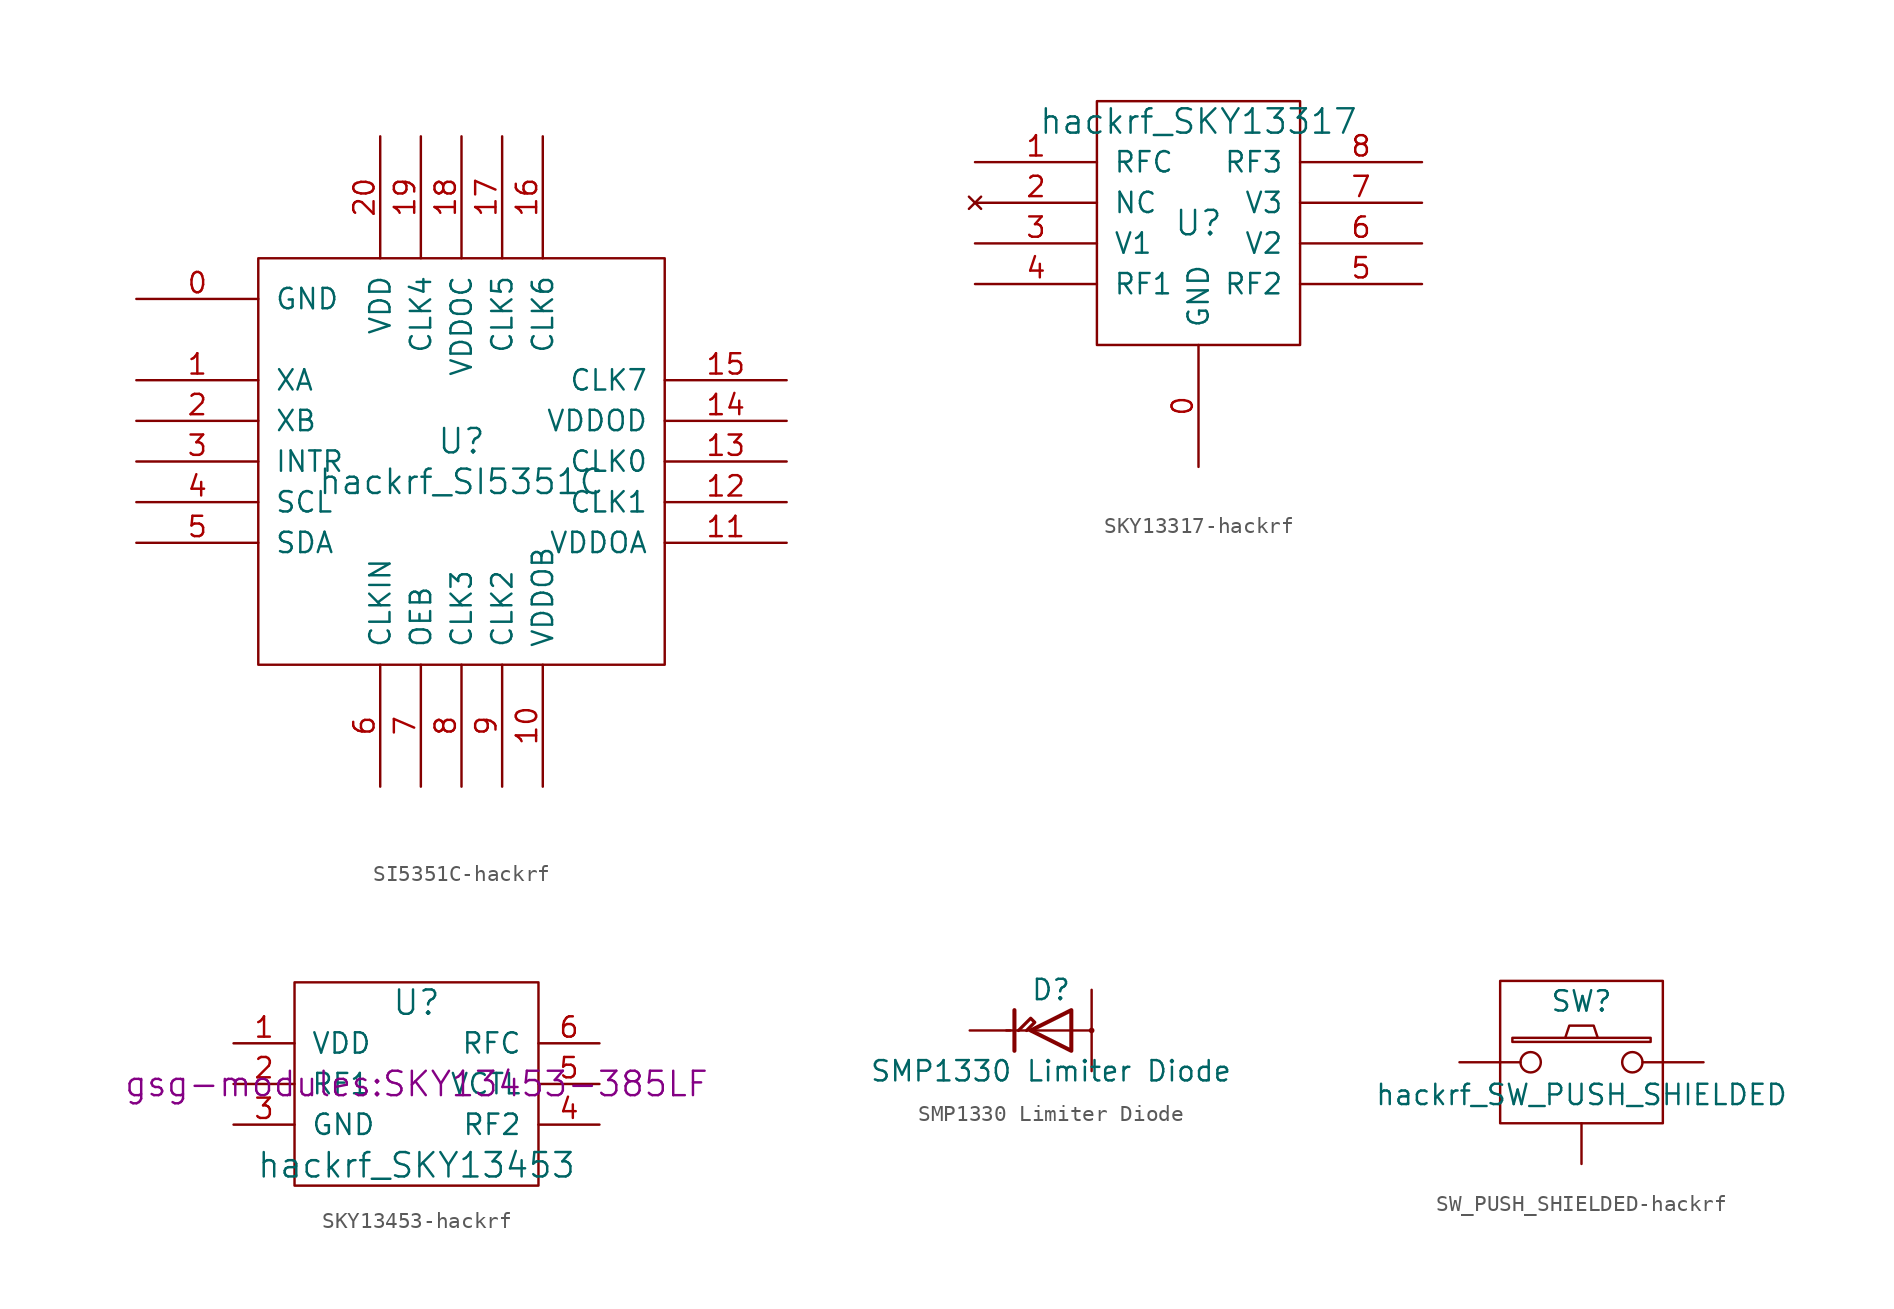
<source format=kicad_sym>
(kicad_symbol_lib
  (version 20231120)
  (generator "kicad_symbol_editor")
  (generator_version "8.0")
  (symbol "SI5351C-hackrf"
    (pin_names
      (offset 1.016))
    (property "Reference" "U"
      (at 0 1.27 0)
      (effects (font (size 1.524 1.524))))
    (property "Value" "hackrf_SI5351C"
      (at 0 -1.27 0)
      (effects (font (size 1.524 1.524))))
    (property "Footprint" ""
      (at 0 0 0)
      (effects (font (size 1.524 1.524))))
    (property "Datasheet" ""
      (at 0 0 0)
      (effects (font (size 1.524 1.524))))
    (symbol "SI5351C-hackrf_0_1"
      (rectangle (start -12.7 12.7) (end 12.7 -12.7) (stroke (width 0) (type solid)) (fill (type none))))
    (symbol "SI5351C-hackrf_1_1"
      (pin power_in line (at -20.32 10.16 0) (length 7.62) (name "GND" (effects (font (size 1.27 1.27)))) (number "0" (effects (font (size 1.27 1.27)))))
      (pin input line (at -20.32 5.08 0) (length 7.62) (name "XA" (effects (font (size 1.27 1.27)))) (number "1" (effects (font (size 1.27 1.27)))))
      (pin power_in line (at 5.08 -20.32 90) (length 7.62) (name "VDDOB" (effects (font (size 1.27 1.27)))) (number "10" (effects (font (size 1.27 1.27)))))
      (pin power_in line (at 20.32 -5.08 180) (length 7.62) (name "VDDOA" (effects (font (size 1.27 1.27)))) (number "11" (effects (font (size 1.27 1.27)))))
      (pin output line (at 20.32 -2.54 180) (length 7.62) (name "CLK1" (effects (font (size 1.27 1.27)))) (number "12" (effects (font (size 1.27 1.27)))))
      (pin output line (at 20.32 0 180) (length 7.62) (name "CLK0" (effects (font (size 1.27 1.27)))) (number "13" (effects (font (size 1.27 1.27)))))
      (pin power_in line (at 20.32 2.54 180) (length 7.62) (name "VDDOD" (effects (font (size 1.27 1.27)))) (number "14" (effects (font (size 1.27 1.27)))))
      (pin output line (at 20.32 5.08 180) (length 7.62) (name "CLK7" (effects (font (size 1.27 1.27)))) (number "15" (effects (font (size 1.27 1.27)))))
      (pin output line (at 5.08 20.32 270) (length 7.62) (name "CLK6" (effects (font (size 1.27 1.27)))) (number "16" (effects (font (size 1.27 1.27)))))
      (pin output line (at 2.54 20.32 270) (length 7.62) (name "CLK5" (effects (font (size 1.27 1.27)))) (number "17" (effects (font (size 1.27 1.27)))))
      (pin power_in line (at 0 20.32 270) (length 7.62) (name "VDDOC" (effects (font (size 1.27 1.27)))) (number "18" (effects (font (size 1.27 1.27)))))
      (pin output line (at -2.54 20.32 270) (length 7.62) (name "CLK4" (effects (font (size 1.27 1.27)))) (number "19" (effects (font (size 1.27 1.27)))))
      (pin input line (at -20.32 2.54 0) (length 7.62) (name "XB" (effects (font (size 1.27 1.27)))) (number "2" (effects (font (size 1.27 1.27)))))
      (pin power_in line (at -5.08 20.32 270) (length 7.62) (name "VDD" (effects (font (size 1.27 1.27)))) (number "20" (effects (font (size 1.27 1.27)))))
      (pin output line (at -20.32 0 0) (length 7.62) (name "INTR" (effects (font (size 1.27 1.27)))) (number "3" (effects (font (size 1.27 1.27)))))
      (pin input line (at -20.32 -2.54 0) (length 7.62) (name "SCL" (effects (font (size 1.27 1.27)))) (number "4" (effects (font (size 1.27 1.27)))))
      (pin bidirectional line (at -20.32 -5.08 0) (length 7.62) (name "SDA" (effects (font (size 1.27 1.27)))) (number "5" (effects (font (size 1.27 1.27)))))
      (pin input line (at -5.08 -20.32 90) (length 7.62) (name "CLKIN" (effects (font (size 1.27 1.27)))) (number "6" (effects (font (size 1.27 1.27)))))
      (pin input line (at -2.54 -20.32 90) (length 7.62) (name "OEB" (effects (font (size 1.27 1.27)))) (number "7" (effects (font (size 1.27 1.27)))))
      (pin output line (at 0 -20.32 90) (length 7.62) (name "CLK3" (effects (font (size 1.27 1.27)))) (number "8" (effects (font (size 1.27 1.27)))))
      (pin output line (at 2.54 -20.32 90) (length 7.62) (name "CLK2" (effects (font (size 1.27 1.27)))) (number "9" (effects (font (size 1.27 1.27)))))))
  (symbol "SKY13317-hackrf"
    (pin_names
      (offset 1.016))
    (property "Reference" "U"
      (at 0 0 0)
      (effects (font (size 1.524 1.524))))
    (property "Value" "hackrf_SKY13317"
      (at 0 6.35 0)
      (effects (font (size 1.524 1.524))))
    (property "Footprint" ""
      (at 0 0 0)
      (effects (font (size 1.524 1.524))))
    (property "Datasheet" ""
      (at 0 0 0)
      (effects (font (size 1.524 1.524))))
    (symbol "SKY13317-hackrf_0_1"
      (rectangle (start -6.35 7.62) (end 6.35 -7.62) (stroke (width 0) (type solid)) (fill (type none))))
    (symbol "SKY13317-hackrf_1_1"
      (pin power_in line (at 0 -15.24 90) (length 7.62) (name "GND" (effects (font (size 1.27 1.27)))) (number "0" (effects (font (size 1.27 1.27)))))
      (pin bidirectional line (at -13.97 3.81 0) (length 7.62) (name "RFC" (effects (font (size 1.27 1.27)))) (number "1" (effects (font (size 1.27 1.27)))))
      (pin no_connect line (at -13.97 1.27 0) (length 7.62) (name "NC" (effects (font (size 1.27 1.27)))) (number "2" (effects (font (size 1.27 1.27)))))
      (pin input line (at -13.97 -1.27 0) (length 7.62) (name "V1" (effects (font (size 1.27 1.27)))) (number "3" (effects (font (size 1.27 1.27)))))
      (pin bidirectional line (at -13.97 -3.81 0) (length 7.62) (name "RF1" (effects (font (size 1.27 1.27)))) (number "4" (effects (font (size 1.27 1.27)))))
      (pin bidirectional line (at 13.97 -3.81 180) (length 7.62) (name "RF2" (effects (font (size 1.27 1.27)))) (number "5" (effects (font (size 1.27 1.27)))))
      (pin input line (at 13.97 -1.27 180) (length 7.62) (name "V2" (effects (font (size 1.27 1.27)))) (number "6" (effects (font (size 1.27 1.27)))))
      (pin input line (at 13.97 1.27 180) (length 7.62) (name "V3" (effects (font (size 1.27 1.27)))) (number "7" (effects (font (size 1.27 1.27)))))
      (pin bidirectional line (at 13.97 3.81 180) (length 7.62) (name "RF3" (effects (font (size 1.27 1.27)))) (number "8" (effects (font (size 1.27 1.27)))))))
  (symbol "SKY13453-hackrf"
    (pin_names
      (offset 1.016))
    (property "Reference" "U"
      (at 0 5.08 0)
      (effects (font (size 1.524 1.524))))
    (property "Value" "hackrf_SKY13453"
      (at 0 -5.08 0)
      (effects (font (size 1.524 1.524))))
    (property "Footprint" "gsg-modules:SKY13453-385LF"
      (at 0 0 0)
      (effects (font (size 1.524 1.524))))
    (property "Datasheet" ""
      (at 0 0 0)
      (effects (font (size 1.524 1.524))))
    (symbol "SKY13453-hackrf_0_1"
      (rectangle (start -7.62 6.35) (end 7.62 -6.35) (stroke (width 0) (type solid)) (fill (type none))))
    (symbol "SKY13453-hackrf_1_1"
      (pin power_in line (at -11.43 2.54 0) (length 3.81) (name "VDD" (effects (font (size 1.27 1.27)))) (number "1" (effects (font (size 1.27 1.27)))))
      (pin bidirectional line (at -11.43 0 0) (length 3.81) (name "RF1" (effects (font (size 1.27 1.27)))) (number "2" (effects (font (size 1.27 1.27)))))
      (pin power_in line (at -11.43 -2.54 0) (length 3.81) (name "GND" (effects (font (size 1.27 1.27)))) (number "3" (effects (font (size 1.27 1.27)))))
      (pin bidirectional line (at 11.43 -2.54 180) (length 3.81) (name "RF2" (effects (font (size 1.27 1.27)))) (number "4" (effects (font (size 1.27 1.27)))))
      (pin input line (at 11.43 0 180) (length 3.81) (name "VCTL" (effects (font (size 1.27 1.27)))) (number "5" (effects (font (size 1.27 1.27)))))
      (pin bidirectional line (at 11.43 2.54 180) (length 3.81) (name "RFC" (effects (font (size 1.27 1.27)))) (number "6" (effects (font (size 1.27 1.27)))))))
  (symbol "SMP1330 Limiter Diode"
    (pin_numbers hide)
    (pin_names
      (offset 1.016) hide)
    (property "Reference" "D"
      (at 0 2.54 0)
      (effects (font (size 1.27 1.27))))
    (property "Value" "SMP1330 Limiter Diode"
      (at 0 -2.54 0)
      (effects (font (size 1.27 1.27))))
    (symbol "SMP1330 Limiter Diode_0_1"
      (polyline (pts (xy -2.286 1.27) (xy -2.286 -1.27)) (stroke (width 0.254) (type solid)) (fill (type none)))
      (polyline (pts (xy -1.27 0) (xy -2.794 0)) (stroke (width 0) (type solid)) (fill (type none)))
      (polyline (pts (xy 1.27 0) (xy -1.27 0)) (stroke (width 0) (type solid)) (fill (type none)))
      (polyline (pts (xy 2.54 0) (xy 1.27 0)) (stroke (width 0) (type solid)) (fill (type none)))
      (polyline (pts (xy -1.524 0) (xy -1.016 0.508) (xy -1.27 0.762) (xy -2.032 0)) (stroke (width 0.203) (type solid)) (fill (type none)))
      (polyline (pts (xy 1.27 1.27) (xy 1.27 -1.27) (xy -1.27 0) (xy 1.27 1.27)) (stroke (width 0.254) (type solid)) (fill (type none)))
      (circle (center 2.54 0) (radius 0.102) (stroke (width 0) (type solid)) (fill (type none))))
    (symbol "SMP1330 Limiter Diode_1_1"
      (pin passive line (at 2.54 -2.54 90) (length 2.54) (name "A1" (effects (font (size 1.27 1.27)))) (number "1" (effects (font (size 1.27 1.27)))))
      (pin passive line (at -5.08 0 0) (length 2.54) (name "K" (effects (font (size 1.27 1.27)))) (number "2" (effects (font (size 1.27 1.27)))))
      (pin passive line (at 2.54 2.54 270) (length 2.54) (name "A2" (effects (font (size 1.27 1.27)))) (number "3" (effects (font (size 1.27 1.27)))))))
  (symbol "SW_PUSH_SHIELDED-hackrf"
    (pin_numbers hide)
    (pin_names
      (offset 1.016) hide)
    (property "Reference" "SW"
      (at 0 3.81 0)
      (effects (font (size 1.27 1.27))))
    (property "Value" "hackrf_SW_PUSH_SHIELDED"
      (at 0 -2.032 0)
      (effects (font (size 1.27 1.27))))
    (property "Footprint" ""
      (at 0 0 0)
      (effects (font (size 1.524 1.524))))
    (property "Datasheet" ""
      (at 0 0 0)
      (effects (font (size 1.524 1.524))))
    (symbol "SW_PUSH_SHIELDED-hackrf_0_1"
      (rectangle (start -5.08 5.08) (end 5.08 -3.81) (stroke (width 0) (type solid)) (fill (type none)))
      (rectangle (start -4.318 1.27) (end 4.318 1.524) (stroke (width 0) (type solid)) (fill (type none)))
      (polyline (pts (xy -1.016 1.524) (xy -0.762 2.286) (xy 0.762 2.286) (xy 1.016 1.524)) (stroke (width 0) (type solid)) (fill (type none)))
      (pin passive inverted (at -7.62 0 0) (length 5.08) (name "1" (effects (font (size 1.524 1.524)))) (number "1" (effects (font (size 1.524 1.524)))))
      (pin passive inverted (at 7.62 0 180) (length 5.08) (name "2" (effects (font (size 1.524 1.524)))) (number "2" (effects (font (size 1.524 1.524))))))
    (symbol "SW_PUSH_SHIELDED-hackrf_1_1"
      (pin passive line (at 0 -6.35 90) (length 2.54) (name "SHIELD" (effects (font (size 1.27 1.27)))) (number "0" (effects (font (size 1.27 1.27))))))))
</source>
